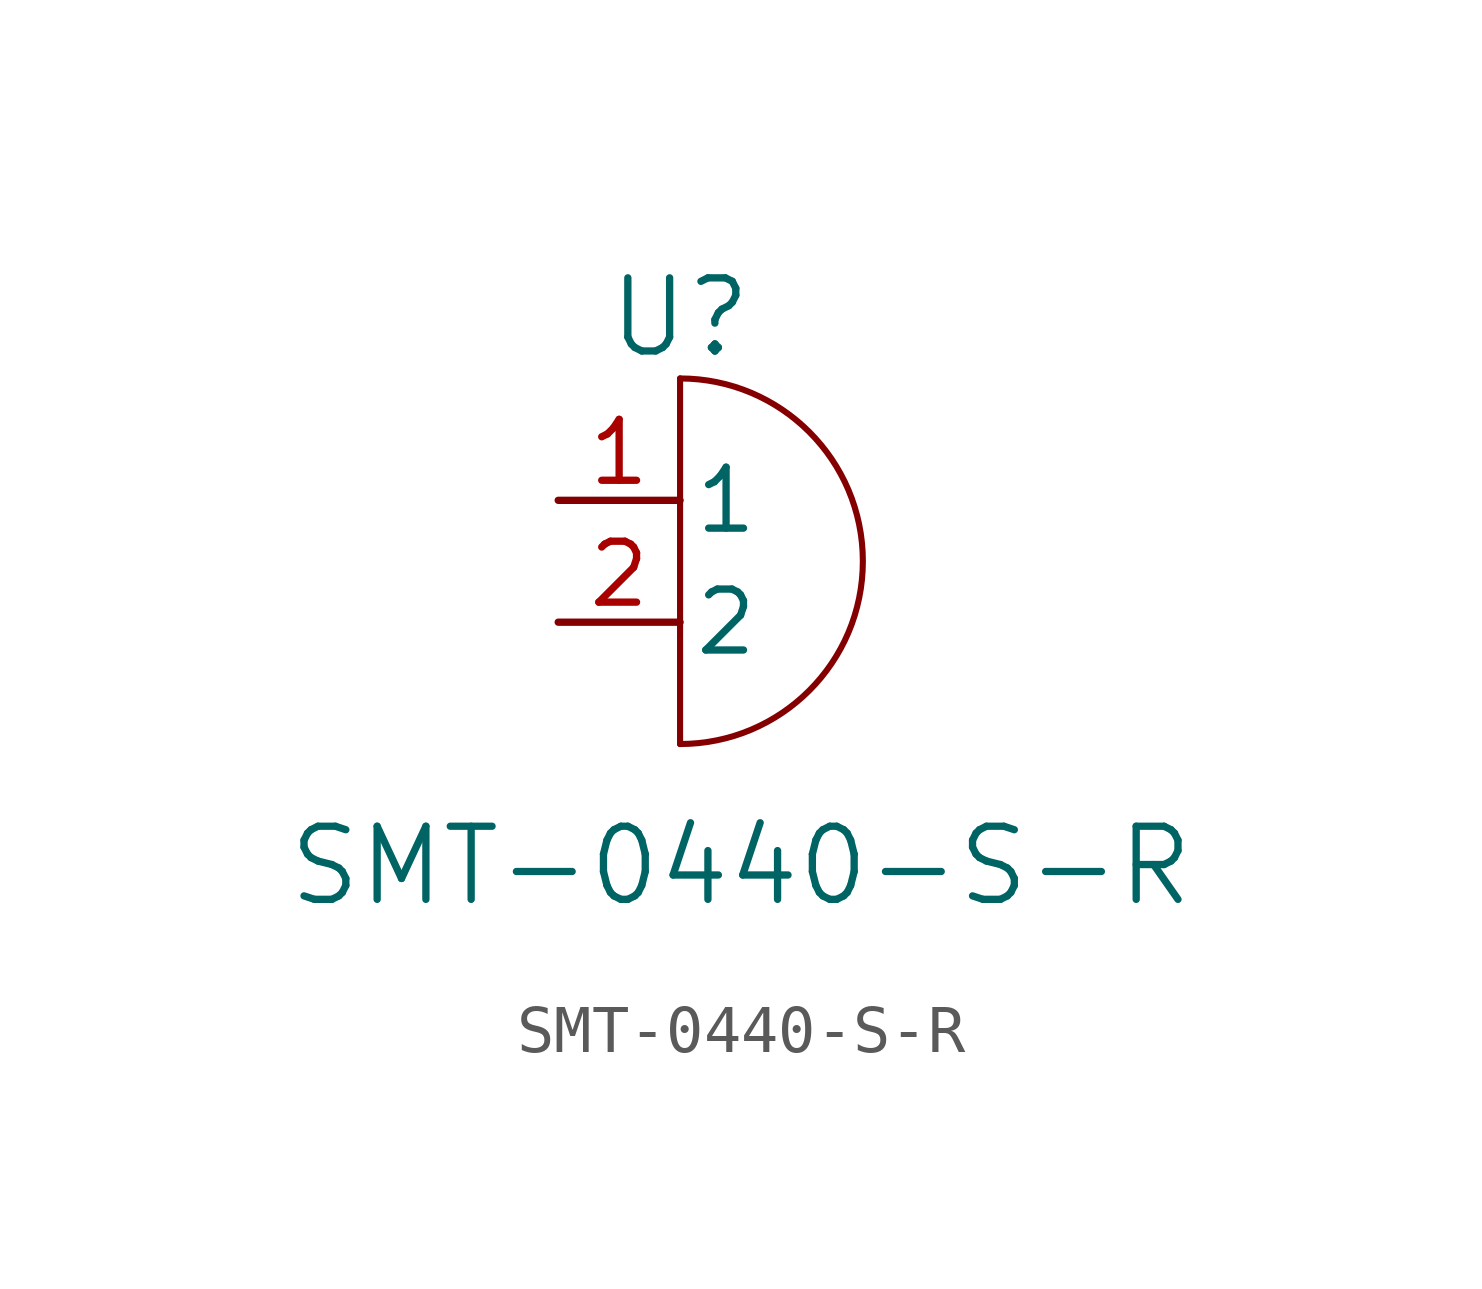
<source format=kicad_sym>
(kicad_symbol_lib
  (version 20220914)
  (generator kicad_symbol_editor)
  (symbol "SMT-0440-S-R"
    (pin_names
      (offset 0.254))
    (property "Reference" "U"
      (at -1.27 5.08 0)
      (effects (font (size 1.524 1.524))))
    (property "Value" "SMT-0440-S-R"
      (at 0 -6.35 0)
      (effects (font (size 1.524 1.524))))
    (property "ki_locked" ""
      (at 0 0 0)
      (effects (font (size 1.27 1.27))))
    (symbol "SMT-0440-S-R_0_1"
      (arc (start -1.27 -3.81) (mid 2.5233 0) (end -1.27 3.81) (stroke (width 0.127) (type default)) (fill (type none)))
      (polyline (pts (xy -1.27 3.81) (xy -1.27 -3.81)) (stroke (width 0.127) (type default)) (fill (type none))))
    (symbol "SMT-0440-S-R_1_1"
      (pin unspecified line (at -3.81 1.27 0) (length 2.54) (name "1" (effects (font (size 1.27 1.27)))) (number "1" (effects (font (size 1.27 1.27)))))
      (pin unspecified line (at -3.81 -1.27 0) (length 2.54) (name "2" (effects (font (size 1.27 1.27)))) (number "2" (effects (font (size 1.27 1.27))))))))
</source>
